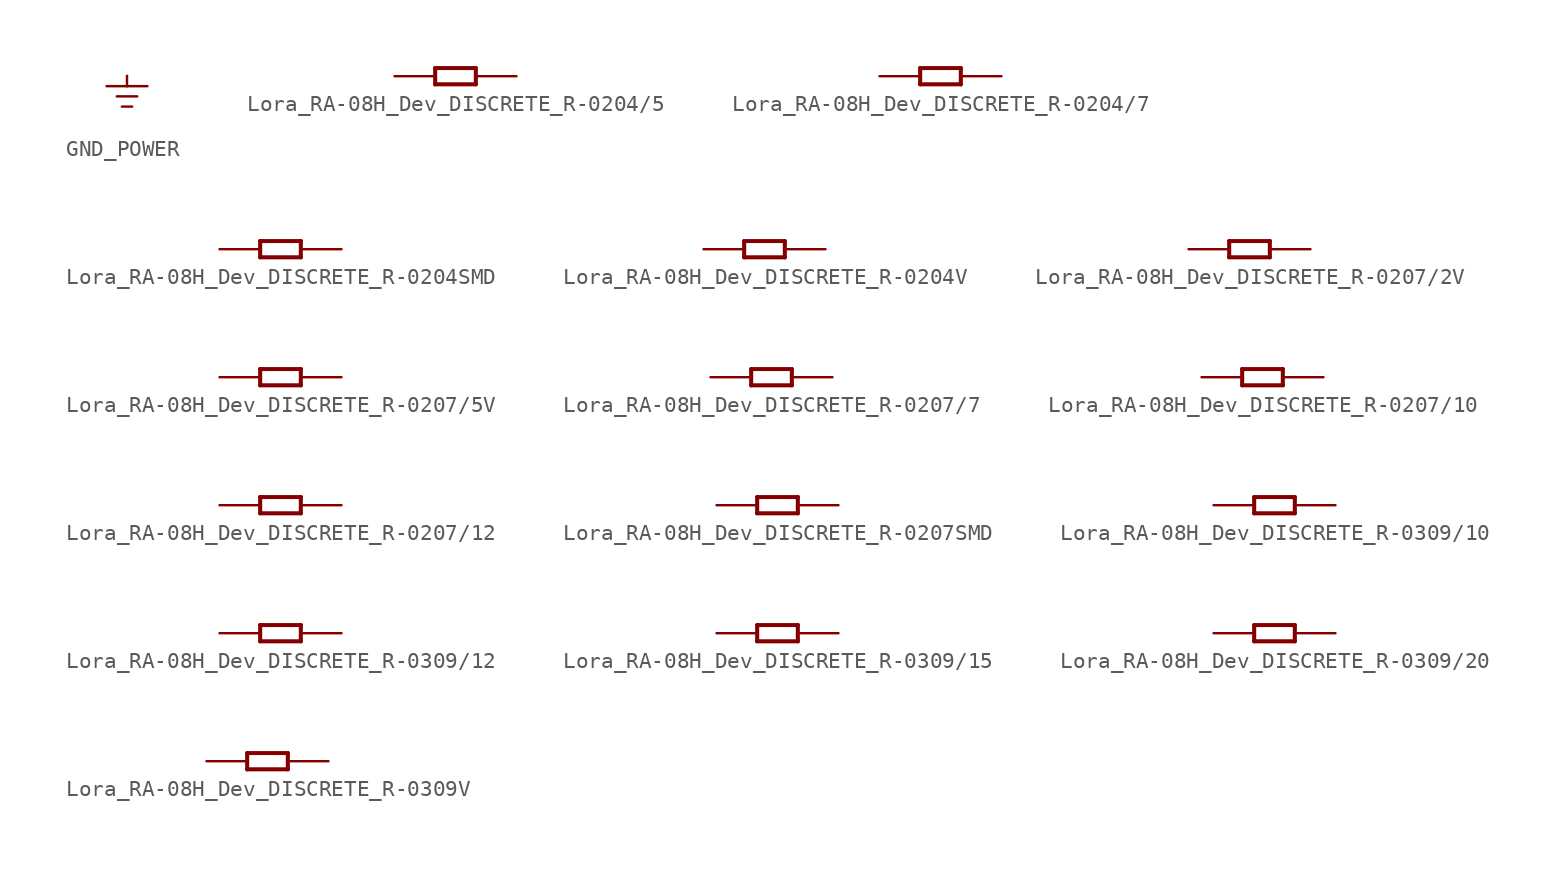
<source format=kicad_sym>
(kicad_symbol_lib
  (version 20231120)
  (generator "kicad_symbol_editor")
  (generator_version "8.0")
  (symbol "GND_POWER"
    (power)
    (property "Reference" ""
      (at 0 0 0)
      (effects (font (size 1.27 1.27)) (hide yes)))
    (property "Value" ""
      (at -1.905 -3.175 0)
      (effects (font (size 0.813 0.691)) (justify left bottom)))
    (property "ki_locked" ""
      (at 0 0 0)
      (effects (font (size 1.27 1.27))))
    (symbol "GND_POWER_1_0"
      (polyline (pts (xy -1.27 -0.635) (xy 0 -0.635)) (stroke (width 0.152) (type solid)) (fill (type none)))
      (polyline (pts (xy -0.635 -1.27) (xy 0.635 -1.27)) (stroke (width 0.152) (type solid)) (fill (type none)))
      (polyline (pts (xy -0.318 -1.905) (xy 0.318 -1.905)) (stroke (width 0.152) (type solid)) (fill (type none)))
      (polyline (pts (xy 0 -0.635) (xy 1.27 -0.635)) (stroke (width 0.152) (type solid)) (fill (type none)))
      (polyline (pts (xy 0 0) (xy 0 -0.635)) (stroke (width 0.152) (type solid)) (fill (type none)))
      (pin power_in line (at 0 0 270) (length 0) (name "GND" (effects (font (size 0 0)))) (number "1" (effects (font (size 0 0)))))))
  (symbol "Lora_RA-08H_Dev_DISCRETE_R-0204/5"
    (property "Reference" "R"
      (at -3.81 0 0)
      (effects (font (size 1.27 1.079)) (justify left bottom) (hide yes)))
    (property "ki_locked" ""
      (at 0 0 0)
      (effects (font (size 1.27 1.27))))
    (symbol "Lora_RA-08H_Dev_DISCRETE_R-0204/5_1_0"
      (polyline (pts (xy -1.27 -0.508) (xy -1.27 0.508)) (stroke (width 0.254) (type solid)) (fill (type none)))
      (polyline (pts (xy -1.27 0.508) (xy 1.27 0.508)) (stroke (width 0.254) (type solid)) (fill (type none)))
      (polyline (pts (xy 1.27 -0.508) (xy -1.27 -0.508)) (stroke (width 0.254) (type solid)) (fill (type none)))
      (polyline (pts (xy 1.27 0.508) (xy 1.27 -0.508)) (stroke (width 0.254) (type solid)) (fill (type none)))
      (pin passive line (at -3.81 0 0) (length 2.54) (name "1" (effects (font (size 0 0)))) (number "1" (effects (font (size 0 0)))))
      (pin passive line (at 3.81 0 180) (length 2.54) (name "2" (effects (font (size 0 0)))) (number "2" (effects (font (size 0 0)))))))
  (symbol "Lora_RA-08H_Dev_DISCRETE_R-0204/7"
    (property "Reference" "R"
      (at -3.81 0 0)
      (effects (font (size 1.27 1.079)) (justify left bottom) (hide yes)))
    (property "ki_locked" ""
      (at 0 0 0)
      (effects (font (size 1.27 1.27))))
    (symbol "Lora_RA-08H_Dev_DISCRETE_R-0204/7_1_0"
      (polyline (pts (xy -1.27 -0.508) (xy -1.27 0.508)) (stroke (width 0.254) (type solid)) (fill (type none)))
      (polyline (pts (xy -1.27 0.508) (xy 1.27 0.508)) (stroke (width 0.254) (type solid)) (fill (type none)))
      (polyline (pts (xy 1.27 -0.508) (xy -1.27 -0.508)) (stroke (width 0.254) (type solid)) (fill (type none)))
      (polyline (pts (xy 1.27 0.508) (xy 1.27 -0.508)) (stroke (width 0.254) (type solid)) (fill (type none)))
      (pin passive line (at -3.81 0 0) (length 2.54) (name "1" (effects (font (size 0 0)))) (number "1" (effects (font (size 0 0)))))
      (pin passive line (at 3.81 0 180) (length 2.54) (name "2" (effects (font (size 0 0)))) (number "2" (effects (font (size 0 0)))))))
  (symbol "Lora_RA-08H_Dev_DISCRETE_R-0204SMD"
    (property "Reference" "R"
      (at -3.81 0 0)
      (effects (font (size 1.27 1.079)) (justify left bottom) (hide yes)))
    (property "ki_locked" ""
      (at 0 0 0)
      (effects (font (size 1.27 1.27))))
    (symbol "Lora_RA-08H_Dev_DISCRETE_R-0204SMD_1_0"
      (polyline (pts (xy -1.27 -0.508) (xy -1.27 0.508)) (stroke (width 0.254) (type solid)) (fill (type none)))
      (polyline (pts (xy -1.27 0.508) (xy 1.27 0.508)) (stroke (width 0.254) (type solid)) (fill (type none)))
      (polyline (pts (xy 1.27 -0.508) (xy -1.27 -0.508)) (stroke (width 0.254) (type solid)) (fill (type none)))
      (polyline (pts (xy 1.27 0.508) (xy 1.27 -0.508)) (stroke (width 0.254) (type solid)) (fill (type none)))
      (pin passive line (at -3.81 0 0) (length 2.54) (name "1" (effects (font (size 0 0)))) (number "1" (effects (font (size 0 0)))))
      (pin passive line (at 3.81 0 180) (length 2.54) (name "2" (effects (font (size 0 0)))) (number "2" (effects (font (size 0 0)))))))
  (symbol "Lora_RA-08H_Dev_DISCRETE_R-0204V"
    (property "Reference" "R"
      (at -3.81 0 0)
      (effects (font (size 1.27 1.079)) (justify left bottom) (hide yes)))
    (property "ki_locked" ""
      (at 0 0 0)
      (effects (font (size 1.27 1.27))))
    (symbol "Lora_RA-08H_Dev_DISCRETE_R-0204V_1_0"
      (polyline (pts (xy -1.27 -0.508) (xy -1.27 0.508)) (stroke (width 0.254) (type solid)) (fill (type none)))
      (polyline (pts (xy -1.27 0.508) (xy 1.27 0.508)) (stroke (width 0.254) (type solid)) (fill (type none)))
      (polyline (pts (xy 1.27 -0.508) (xy -1.27 -0.508)) (stroke (width 0.254) (type solid)) (fill (type none)))
      (polyline (pts (xy 1.27 0.508) (xy 1.27 -0.508)) (stroke (width 0.254) (type solid)) (fill (type none)))
      (pin passive line (at -3.81 0 0) (length 2.54) (name "1" (effects (font (size 0 0)))) (number "1" (effects (font (size 0 0)))))
      (pin passive line (at 3.81 0 180) (length 2.54) (name "2" (effects (font (size 0 0)))) (number "2" (effects (font (size 0 0)))))))
  (symbol "Lora_RA-08H_Dev_DISCRETE_R-0207/2V"
    (property "Reference" "R"
      (at -3.81 0 0)
      (effects (font (size 1.27 1.079)) (justify left bottom) (hide yes)))
    (property "ki_locked" ""
      (at 0 0 0)
      (effects (font (size 1.27 1.27))))
    (symbol "Lora_RA-08H_Dev_DISCRETE_R-0207/2V_1_0"
      (polyline (pts (xy -1.27 -0.508) (xy -1.27 0.508)) (stroke (width 0.254) (type solid)) (fill (type none)))
      (polyline (pts (xy -1.27 0.508) (xy 1.27 0.508)) (stroke (width 0.254) (type solid)) (fill (type none)))
      (polyline (pts (xy 1.27 -0.508) (xy -1.27 -0.508)) (stroke (width 0.254) (type solid)) (fill (type none)))
      (polyline (pts (xy 1.27 0.508) (xy 1.27 -0.508)) (stroke (width 0.254) (type solid)) (fill (type none)))
      (pin passive line (at -3.81 0 0) (length 2.54) (name "1" (effects (font (size 0 0)))) (number "1" (effects (font (size 0 0)))))
      (pin passive line (at 3.81 0 180) (length 2.54) (name "2" (effects (font (size 0 0)))) (number "2" (effects (font (size 0 0)))))))
  (symbol "Lora_RA-08H_Dev_DISCRETE_R-0207/5V"
    (property "Reference" "R"
      (at -3.81 0 0)
      (effects (font (size 1.27 1.079)) (justify left bottom) (hide yes)))
    (property "ki_locked" ""
      (at 0 0 0)
      (effects (font (size 1.27 1.27))))
    (symbol "Lora_RA-08H_Dev_DISCRETE_R-0207/5V_1_0"
      (polyline (pts (xy -1.27 -0.508) (xy -1.27 0.508)) (stroke (width 0.254) (type solid)) (fill (type none)))
      (polyline (pts (xy -1.27 0.508) (xy 1.27 0.508)) (stroke (width 0.254) (type solid)) (fill (type none)))
      (polyline (pts (xy 1.27 -0.508) (xy -1.27 -0.508)) (stroke (width 0.254) (type solid)) (fill (type none)))
      (polyline (pts (xy 1.27 0.508) (xy 1.27 -0.508)) (stroke (width 0.254) (type solid)) (fill (type none)))
      (pin passive line (at -3.81 0 0) (length 2.54) (name "1" (effects (font (size 0 0)))) (number "1" (effects (font (size 0 0)))))
      (pin passive line (at 3.81 0 180) (length 2.54) (name "2" (effects (font (size 0 0)))) (number "2" (effects (font (size 0 0)))))))
  (symbol "Lora_RA-08H_Dev_DISCRETE_R-0207/7"
    (property "Reference" "R"
      (at -3.81 0 0)
      (effects (font (size 1.27 1.079)) (justify left bottom) (hide yes)))
    (property "ki_locked" ""
      (at 0 0 0)
      (effects (font (size 1.27 1.27))))
    (symbol "Lora_RA-08H_Dev_DISCRETE_R-0207/7_1_0"
      (polyline (pts (xy -1.27 -0.508) (xy -1.27 0.508)) (stroke (width 0.254) (type solid)) (fill (type none)))
      (polyline (pts (xy -1.27 0.508) (xy 1.27 0.508)) (stroke (width 0.254) (type solid)) (fill (type none)))
      (polyline (pts (xy 1.27 -0.508) (xy -1.27 -0.508)) (stroke (width 0.254) (type solid)) (fill (type none)))
      (polyline (pts (xy 1.27 0.508) (xy 1.27 -0.508)) (stroke (width 0.254) (type solid)) (fill (type none)))
      (pin passive line (at -3.81 0 0) (length 2.54) (name "1" (effects (font (size 0 0)))) (number "1" (effects (font (size 0 0)))))
      (pin passive line (at 3.81 0 180) (length 2.54) (name "2" (effects (font (size 0 0)))) (number "2" (effects (font (size 0 0)))))))
  (symbol "Lora_RA-08H_Dev_DISCRETE_R-0207/10"
    (property "Reference" "R"
      (at -3.81 0 0)
      (effects (font (size 1.27 1.079)) (justify left bottom) (hide yes)))
    (property "ki_locked" ""
      (at 0 0 0)
      (effects (font (size 1.27 1.27))))
    (symbol "Lora_RA-08H_Dev_DISCRETE_R-0207/10_1_0"
      (polyline (pts (xy -1.27 -0.508) (xy -1.27 0.508)) (stroke (width 0.254) (type solid)) (fill (type none)))
      (polyline (pts (xy -1.27 0.508) (xy 1.27 0.508)) (stroke (width 0.254) (type solid)) (fill (type none)))
      (polyline (pts (xy 1.27 -0.508) (xy -1.27 -0.508)) (stroke (width 0.254) (type solid)) (fill (type none)))
      (polyline (pts (xy 1.27 0.508) (xy 1.27 -0.508)) (stroke (width 0.254) (type solid)) (fill (type none)))
      (pin passive line (at -3.81 0 0) (length 2.54) (name "1" (effects (font (size 0 0)))) (number "1" (effects (font (size 0 0)))))
      (pin passive line (at 3.81 0 180) (length 2.54) (name "2" (effects (font (size 0 0)))) (number "2" (effects (font (size 0 0)))))))
  (symbol "Lora_RA-08H_Dev_DISCRETE_R-0207/12"
    (property "Reference" "R"
      (at -3.81 0 0)
      (effects (font (size 1.27 1.079)) (justify left bottom) (hide yes)))
    (property "ki_locked" ""
      (at 0 0 0)
      (effects (font (size 1.27 1.27))))
    (symbol "Lora_RA-08H_Dev_DISCRETE_R-0207/12_1_0"
      (polyline (pts (xy -1.27 -0.508) (xy -1.27 0.508)) (stroke (width 0.254) (type solid)) (fill (type none)))
      (polyline (pts (xy -1.27 0.508) (xy 1.27 0.508)) (stroke (width 0.254) (type solid)) (fill (type none)))
      (polyline (pts (xy 1.27 -0.508) (xy -1.27 -0.508)) (stroke (width 0.254) (type solid)) (fill (type none)))
      (polyline (pts (xy 1.27 0.508) (xy 1.27 -0.508)) (stroke (width 0.254) (type solid)) (fill (type none)))
      (pin passive line (at -3.81 0 0) (length 2.54) (name "1" (effects (font (size 0 0)))) (number "1" (effects (font (size 0 0)))))
      (pin passive line (at 3.81 0 180) (length 2.54) (name "2" (effects (font (size 0 0)))) (number "2" (effects (font (size 0 0)))))))
  (symbol "Lora_RA-08H_Dev_DISCRETE_R-0207SMD"
    (property "Reference" "R"
      (at -3.81 0 0)
      (effects (font (size 1.27 1.079)) (justify left bottom) (hide yes)))
    (property "ki_locked" ""
      (at 0 0 0)
      (effects (font (size 1.27 1.27))))
    (symbol "Lora_RA-08H_Dev_DISCRETE_R-0207SMD_1_0"
      (polyline (pts (xy -1.27 -0.508) (xy -1.27 0.508)) (stroke (width 0.254) (type solid)) (fill (type none)))
      (polyline (pts (xy -1.27 0.508) (xy 1.27 0.508)) (stroke (width 0.254) (type solid)) (fill (type none)))
      (polyline (pts (xy 1.27 -0.508) (xy -1.27 -0.508)) (stroke (width 0.254) (type solid)) (fill (type none)))
      (polyline (pts (xy 1.27 0.508) (xy 1.27 -0.508)) (stroke (width 0.254) (type solid)) (fill (type none)))
      (pin passive line (at -3.81 0 0) (length 2.54) (name "1" (effects (font (size 0 0)))) (number "1" (effects (font (size 0 0)))))
      (pin passive line (at 3.81 0 180) (length 2.54) (name "2" (effects (font (size 0 0)))) (number "2" (effects (font (size 0 0)))))))
  (symbol "Lora_RA-08H_Dev_DISCRETE_R-0309/10"
    (property "Reference" "R"
      (at -3.81 0 0)
      (effects (font (size 1.27 1.079)) (justify left bottom) (hide yes)))
    (property "ki_locked" ""
      (at 0 0 0)
      (effects (font (size 1.27 1.27))))
    (symbol "Lora_RA-08H_Dev_DISCRETE_R-0309/10_1_0"
      (polyline (pts (xy -1.27 -0.508) (xy -1.27 0.508)) (stroke (width 0.254) (type solid)) (fill (type none)))
      (polyline (pts (xy -1.27 0.508) (xy 1.27 0.508)) (stroke (width 0.254) (type solid)) (fill (type none)))
      (polyline (pts (xy 1.27 -0.508) (xy -1.27 -0.508)) (stroke (width 0.254) (type solid)) (fill (type none)))
      (polyline (pts (xy 1.27 0.508) (xy 1.27 -0.508)) (stroke (width 0.254) (type solid)) (fill (type none)))
      (pin passive line (at -3.81 0 0) (length 2.54) (name "1" (effects (font (size 0 0)))) (number "1" (effects (font (size 0 0)))))
      (pin passive line (at 3.81 0 180) (length 2.54) (name "2" (effects (font (size 0 0)))) (number "2" (effects (font (size 0 0)))))))
  (symbol "Lora_RA-08H_Dev_DISCRETE_R-0309/12"
    (property "Reference" "R"
      (at -3.81 0 0)
      (effects (font (size 1.27 1.079)) (justify left bottom) (hide yes)))
    (property "ki_locked" ""
      (at 0 0 0)
      (effects (font (size 1.27 1.27))))
    (symbol "Lora_RA-08H_Dev_DISCRETE_R-0309/12_1_0"
      (polyline (pts (xy -1.27 -0.508) (xy -1.27 0.508)) (stroke (width 0.254) (type solid)) (fill (type none)))
      (polyline (pts (xy -1.27 0.508) (xy 1.27 0.508)) (stroke (width 0.254) (type solid)) (fill (type none)))
      (polyline (pts (xy 1.27 -0.508) (xy -1.27 -0.508)) (stroke (width 0.254) (type solid)) (fill (type none)))
      (polyline (pts (xy 1.27 0.508) (xy 1.27 -0.508)) (stroke (width 0.254) (type solid)) (fill (type none)))
      (pin passive line (at -3.81 0 0) (length 2.54) (name "1" (effects (font (size 0 0)))) (number "1" (effects (font (size 0 0)))))
      (pin passive line (at 3.81 0 180) (length 2.54) (name "2" (effects (font (size 0 0)))) (number "2" (effects (font (size 0 0)))))))
  (symbol "Lora_RA-08H_Dev_DISCRETE_R-0309/15"
    (property "Reference" "R"
      (at -3.81 0 0)
      (effects (font (size 1.27 1.079)) (justify left bottom) (hide yes)))
    (property "ki_locked" ""
      (at 0 0 0)
      (effects (font (size 1.27 1.27))))
    (symbol "Lora_RA-08H_Dev_DISCRETE_R-0309/15_1_0"
      (polyline (pts (xy -1.27 -0.508) (xy -1.27 0.508)) (stroke (width 0.254) (type solid)) (fill (type none)))
      (polyline (pts (xy -1.27 0.508) (xy 1.27 0.508)) (stroke (width 0.254) (type solid)) (fill (type none)))
      (polyline (pts (xy 1.27 -0.508) (xy -1.27 -0.508)) (stroke (width 0.254) (type solid)) (fill (type none)))
      (polyline (pts (xy 1.27 0.508) (xy 1.27 -0.508)) (stroke (width 0.254) (type solid)) (fill (type none)))
      (pin passive line (at -3.81 0 0) (length 2.54) (name "1" (effects (font (size 0 0)))) (number "1" (effects (font (size 0 0)))))
      (pin passive line (at 3.81 0 180) (length 2.54) (name "2" (effects (font (size 0 0)))) (number "2" (effects (font (size 0 0)))))))
  (symbol "Lora_RA-08H_Dev_DISCRETE_R-0309/20"
    (property "Reference" "R"
      (at -3.81 0 0)
      (effects (font (size 1.27 1.079)) (justify left bottom) (hide yes)))
    (property "ki_locked" ""
      (at 0 0 0)
      (effects (font (size 1.27 1.27))))
    (symbol "Lora_RA-08H_Dev_DISCRETE_R-0309/20_1_0"
      (polyline (pts (xy -1.27 -0.508) (xy -1.27 0.508)) (stroke (width 0.254) (type solid)) (fill (type none)))
      (polyline (pts (xy -1.27 0.508) (xy 1.27 0.508)) (stroke (width 0.254) (type solid)) (fill (type none)))
      (polyline (pts (xy 1.27 -0.508) (xy -1.27 -0.508)) (stroke (width 0.254) (type solid)) (fill (type none)))
      (polyline (pts (xy 1.27 0.508) (xy 1.27 -0.508)) (stroke (width 0.254) (type solid)) (fill (type none)))
      (pin passive line (at -3.81 0 0) (length 2.54) (name "1" (effects (font (size 0 0)))) (number "1" (effects (font (size 0 0)))))
      (pin passive line (at 3.81 0 180) (length 2.54) (name "2" (effects (font (size 0 0)))) (number "2" (effects (font (size 0 0)))))))
  (symbol "Lora_RA-08H_Dev_DISCRETE_R-0309V"
    (property "Reference" "R"
      (at -3.81 0 0)
      (effects (font (size 1.27 1.079)) (justify left bottom) (hide yes)))
    (property "ki_locked" ""
      (at 0 0 0)
      (effects (font (size 1.27 1.27))))
    (symbol "Lora_RA-08H_Dev_DISCRETE_R-0309V_1_0"
      (polyline (pts (xy -1.27 -0.508) (xy -1.27 0.508)) (stroke (width 0.254) (type solid)) (fill (type none)))
      (polyline (pts (xy -1.27 0.508) (xy 1.27 0.508)) (stroke (width 0.254) (type solid)) (fill (type none)))
      (polyline (pts (xy 1.27 -0.508) (xy -1.27 -0.508)) (stroke (width 0.254) (type solid)) (fill (type none)))
      (polyline (pts (xy 1.27 0.508) (xy 1.27 -0.508)) (stroke (width 0.254) (type solid)) (fill (type none)))
      (pin passive line (at -3.81 0 0) (length 2.54) (name "1" (effects (font (size 0 0)))) (number "1" (effects (font (size 0 0)))))
      (pin passive line (at 3.81 0 180) (length 2.54) (name "2" (effects (font (size 0 0)))) (number "2" (effects (font (size 0 0))))))))
</source>
